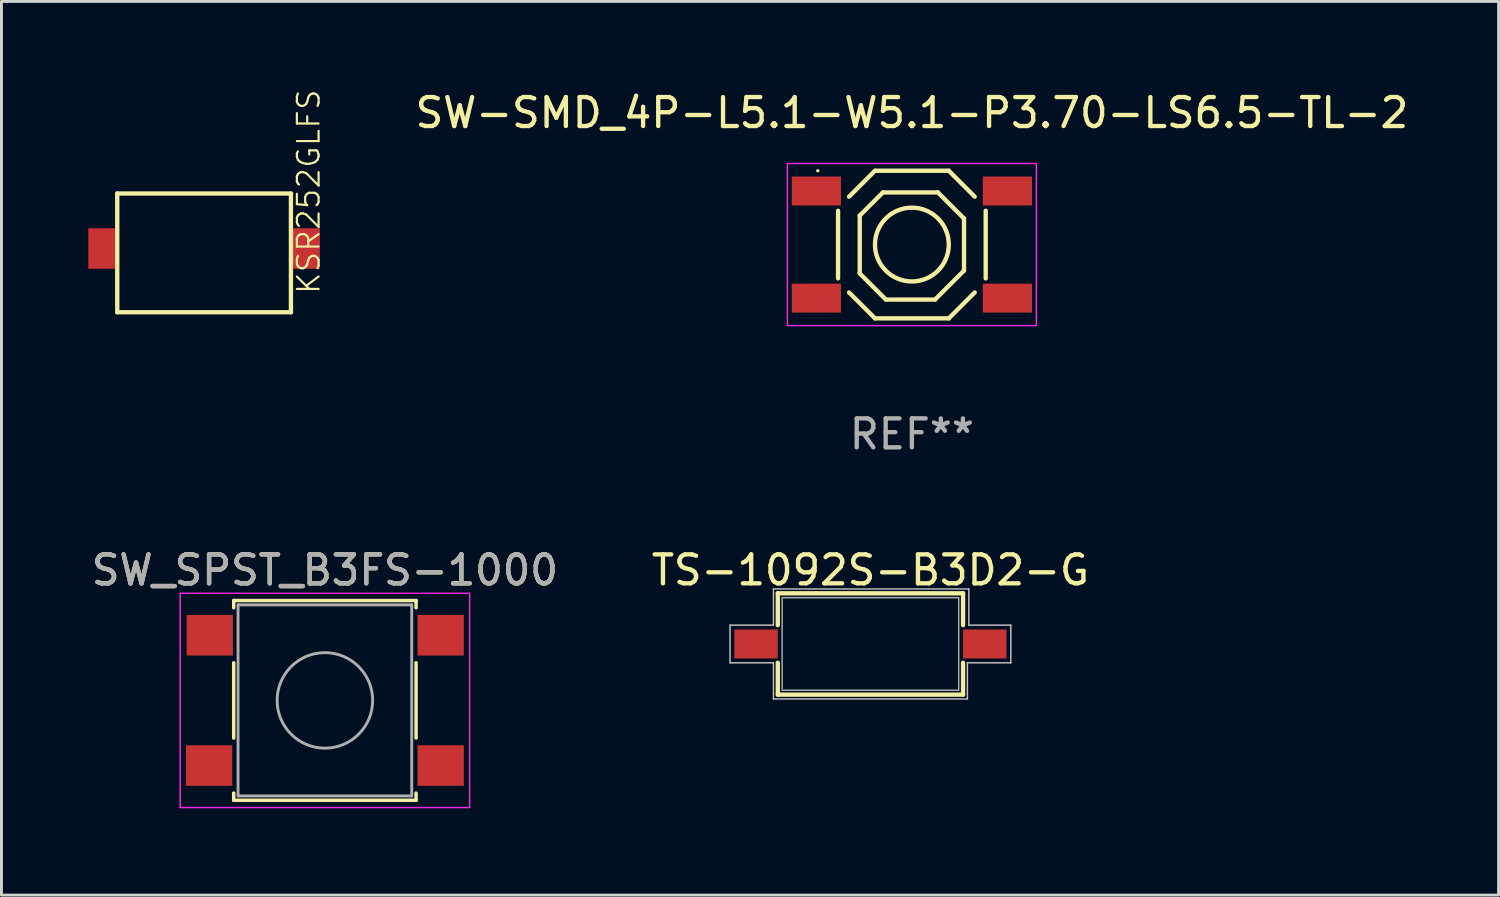
<source format=kicad_pcb>
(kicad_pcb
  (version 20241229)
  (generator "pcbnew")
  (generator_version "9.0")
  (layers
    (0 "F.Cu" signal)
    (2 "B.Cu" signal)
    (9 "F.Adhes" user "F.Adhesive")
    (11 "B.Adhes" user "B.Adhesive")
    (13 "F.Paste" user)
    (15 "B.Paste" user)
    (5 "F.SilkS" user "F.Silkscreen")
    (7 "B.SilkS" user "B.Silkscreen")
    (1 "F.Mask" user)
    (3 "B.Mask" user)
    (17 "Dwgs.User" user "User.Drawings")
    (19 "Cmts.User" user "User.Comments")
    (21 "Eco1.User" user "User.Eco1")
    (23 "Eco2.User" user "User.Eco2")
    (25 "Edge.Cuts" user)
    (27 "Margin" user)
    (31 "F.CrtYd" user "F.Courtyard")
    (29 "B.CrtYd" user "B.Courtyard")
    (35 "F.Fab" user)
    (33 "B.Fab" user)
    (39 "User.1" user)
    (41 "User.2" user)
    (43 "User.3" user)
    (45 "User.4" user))
  (footprint "SW_SPST_B3FS-1000"
    (layer "F.Cu")
    (at 8.173 21.145)
    (property "Reference" "SW_SPST_B3FS-1000" (at 0 -4.5 0) (layer "F.SilkS") (effects (font (size 1 1) (thickness 0.15))))
    (attr smd)
    (fp_line (start -3.15 -3.45) (end 3.15 -3.45) (stroke (width 0.12) (type solid)) (layer "F.SilkS"))
    (fp_line (start -3.15 -3.2) (end -3.15 -3.45) (stroke (width 0.12) (type solid)) (layer "F.SilkS"))
    (fp_line (start -3.15 1.3) (end -3.15 -1.3) (stroke (width 0.12) (type solid)) (layer "F.SilkS"))
    (fp_line (start -3.15 3.45) (end -3.15 3.2) (stroke (width 0.12) (type solid)) (layer "F.SilkS"))
    (fp_line (start 3.15 -3.45) (end 3.15 -3.2) (stroke (width 0.12) (type solid)) (layer "F.SilkS"))
    (fp_line (start 3.15 -1.3) (end 3.15 1.3) (stroke (width 0.12) (type solid)) (layer "F.SilkS"))
    (fp_line (start 3.15 3.2) (end 3.15 3.45) (stroke (width 0.12) (type solid)) (layer "F.SilkS"))
    (fp_line (start 3.15 3.45) (end -3.15 3.45) (stroke (width 0.12) (type solid)) (layer "F.SilkS"))
    (fp_line (start -5 -3.7) (end -5 3.7) (stroke (width 0.05) (type solid)) (layer "F.CrtYd"))
    (fp_line (start -5 3.7) (end 5 3.7) (stroke (width 0.05) (type solid)) (layer "F.CrtYd"))
    (fp_line (start 5 -3.7) (end -5 -3.7) (stroke (width 0.05) (type solid)) (layer "F.CrtYd"))
    (fp_line (start 5 3.7) (end 5 -3.7) (stroke (width 0.05) (type solid)) (layer "F.CrtYd"))
    (fp_line (start -3 -3.3) (end 3 -3.3) (stroke (width 0.1) (type solid)) (layer "F.Fab"))
    (fp_line (start -3 3.3) (end -3 -3.3) (stroke (width 0.1) (type solid)) (layer "F.Fab"))
    (fp_line (start 3 -3.3) (end 3 3.3) (stroke (width 0.1) (type solid)) (layer "F.Fab"))
    (fp_line (start 3 3.3) (end -3 3.3) (stroke (width 0.1) (type solid)) (layer "F.Fab"))
    (fp_circle (center 0 0) (end 1.65 0) (stroke (width 0.1) (type solid)) (fill no) (layer "F.Fab"))
    (fp_text user "${REFERENCE}" (at 0 -4.5 0) (layer "F.Fab") (effects (font (size 1 1) (thickness 0.15))))
    (pad "1" smd rect (at -3.975 -2.25) (size 1.6 1.4) (layers "F.Cu" "F.Mask" "F.Paste"))
    (pad "1" smd rect (at 4 -2.25) (size 1.6 1.4) (layers "F.Cu" "F.Mask" "F.Paste"))
    (pad "2" smd rect (at -4 2.25) (size 1.6 1.4) (layers "F.Cu" "F.Mask" "F.Paste"))
    (pad "2" smd rect (at 4 2.25) (size 1.6 1.4) (layers "F.Cu" "F.Mask" "F.Paste")))
  (footprint "KSR252GLFS"
    (layer "F.Cu")
    (at 4 5.535)
    (property "Reference" "KSR252GLFS" (at 3.612 -1.962 90) (layer "F.SilkS") (effects (font (size 0.75 0.75) (thickness 0.075))))
    (attr through_hole)
    (fp_line (start -3 -1.9) (end -3 2.2) (stroke (width 0.15) (type solid)) (layer "F.SilkS"))
    (fp_line (start -3 -1.9) (end 3 -1.9) (stroke (width 0.15) (type solid)) (layer "F.SilkS"))
    (fp_line (start -3 2.2) (end 3 2.2) (stroke (width 0.15) (type solid)) (layer "F.SilkS"))
    (fp_line (start 3 -1.9) (end 3 2.2) (stroke (width 0.15) (type solid)) (layer "F.SilkS"))
    (pad "1" smd rect (at -3.5 0) (size 1 1.4) (layers "F.Cu" "F.Mask" "F.Paste"))
    (pad "2" smd rect (at 3.5 0) (size 1 1.4) (layers "F.Cu" "F.Mask" "F.Paste")))
  (footprint "TS-1092S-B3D2-G"
    (layer "F.Cu")
    (at 27.018 19.195)
    (property "Reference" "TS-1092S-B3D2-G" (at 0 -2.55 0) (unlocked yes) (layer "F.SilkS") (effects (font (size 1 1) (thickness 0.15))))
    (attr smd)
    (fp_line (start -3.2 -1.75) (end 3.2 -1.75) (stroke (width 0.15) (type solid)) (layer "F.SilkS"))
    (fp_line (start -3.2 -0.65) (end -3.2 -1.75) (stroke (width 0.15) (type solid)) (layer "F.SilkS"))
    (fp_line (start -3.2 1.75) (end -3.2 0.65) (stroke (width 0.15) (type solid)) (layer "F.SilkS"))
    (fp_line (start 3.2 -1.75) (end 3.2 -0.65) (stroke (width 0.15) (type solid)) (layer "F.SilkS"))
    (fp_line (start 3.2 0.65) (end 3.2 1.75) (stroke (width 0.15) (type solid)) (layer "F.SilkS"))
    (fp_line (start 3.2 1.75) (end -3.2 1.75) (stroke (width 0.15) (type solid)) (layer "F.SilkS"))
    (fp_line (start -4.85 -0.65) (end -4.85 0.65) (stroke (width 0.05) (type solid)) (layer "Dwgs.User"))
    (fp_line (start -4.85 0.65) (end -3.35 0.65) (stroke (width 0.05) (type solid)) (layer "Dwgs.User"))
    (fp_line (start -3.35 -1.9) (end -3.35 -0.65) (stroke (width 0.05) (type solid)) (layer "Dwgs.User"))
    (fp_line (start -3.35 -0.65) (end -4.85 -0.65) (stroke (width 0.05) (type solid)) (layer "Dwgs.User"))
    (fp_line (start -3.35 0.65) (end -3.35 1.9) (stroke (width 0.05) (type solid)) (layer "Dwgs.User"))
    (fp_line (start -3.35 1.9) (end 3.35 1.9) (stroke (width 0.05) (type solid)) (layer "Dwgs.User"))
    (fp_line (start 3.35 0.65) (end 4.85 0.65) (stroke (width 0.05) (type solid)) (layer "Dwgs.User"))
    (fp_line (start 3.35 1.9) (end 3.35 0.65) (stroke (width 0.05) (type solid)) (layer "Dwgs.User"))
    (fp_line (start 3.4 -1.9) (end -3.35 -1.9) (stroke (width 0.05) (type solid)) (layer "Dwgs.User"))
    (fp_line (start 3.4 -0.65) (end 3.4 -1.9) (stroke (width 0.05) (type solid)) (layer "Dwgs.User"))
    (fp_line (start 4.85 -0.65) (end 3.4 -0.65) (stroke (width 0.05) (type solid)) (layer "Dwgs.User"))
    (fp_line (start 4.85 0.65) (end 4.85 -0.65) (stroke (width 0.05) (type solid)) (layer "Dwgs.User"))
    (fp_rect (start -3.05 -1.6) (end 3.05 1.6) (stroke (width 0.05) (type solid)) (fill no) (layer "F.Fab"))
    (pad "1" smd rect (at -3.95 0) (size 1.5 1) (layers "F.Cu" "F.Mask" "F.Paste"))
    (pad "2" smd rect (at 3.95 0) (size 1.5 1) (layers "F.Cu" "F.Mask" "F.Paste")))
  (footprint "SW-SMD_4P-L5.1-W5.1-P3.70-LS6.5-TL-2"
    (layer "F.Cu")
    (at 28.45 5.398)
    (property "Reference" "SW-SMD_4P-L5.1-W5.1-P3.70-LS6.5-TL-2" (at 0 -4.55 0) (layer "F.SilkS") (effects (font (size 1 1) (thickness 0.15))))
    (attr through_hole)
    (fp_line (start -2.55 -1.168) (end -2.55 1.168) (stroke (width 0.15) (type solid)) (layer "F.SilkS"))
    (fp_line (start -2.17 1.655) (end -1.275 2.55) (stroke (width 0.15) (type solid)) (layer "F.SilkS"))
    (fp_line (start -1.801 -1.001) (end -1.001 -1.801) (stroke (width 0.15) (type solid)) (layer "F.SilkS"))
    (fp_line (start -1.801 0.998) (end -1.801 -1.001) (stroke (width 0.15) (type solid)) (layer "F.SilkS"))
    (fp_line (start -1.275 -2.55) (end -2.17 -1.655) (stroke (width 0.15) (type solid)) (layer "F.SilkS"))
    (fp_line (start -1.275 -2.55) (end 1.275 -2.55) (stroke (width 0.15) (type solid)) (layer "F.SilkS"))
    (fp_line (start -1.275 2.55) (end 1.275 2.55) (stroke (width 0.15) (type solid)) (layer "F.SilkS"))
    (fp_line (start -1.001 -1.801) (end 0.899 -1.801) (stroke (width 0.15) (type solid)) (layer "F.SilkS"))
    (fp_line (start -0.899 1.9) (end -1.801 0.998) (stroke (width 0.15) (type solid)) (layer "F.SilkS"))
    (fp_line (start 0.8 1.9) (end -0.899 1.9) (stroke (width 0.15) (type solid)) (layer "F.SilkS"))
    (fp_line (start 0.899 -1.801) (end 1.801 -0.899) (stroke (width 0.15) (type solid)) (layer "F.SilkS"))
    (fp_line (start 1.275 -2.55) (end 2.17 -1.655) (stroke (width 0.15) (type solid)) (layer "F.SilkS"))
    (fp_line (start 1.801 -0.899) (end 1.801 0.899) (stroke (width 0.15) (type solid)) (layer "F.SilkS"))
    (fp_line (start 1.801 0.899) (end 0.8 1.9) (stroke (width 0.15) (type solid)) (layer "F.SilkS"))
    (fp_line (start 2.17 1.655) (end 1.275 2.55) (stroke (width 0.15) (type solid)) (layer "F.SilkS"))
    (fp_line (start 2.55 -1.168) (end 2.55 1.168) (stroke (width 0.15) (type solid)) (layer "F.SilkS"))
    (fp_circle (center -3.25 -2.55) (end -3.22 -2.55) (stroke (width 0.06) (type solid)) (fill no) (layer "F.SilkS"))
    (fp_circle (center 0 0) (end 1.275 0) (stroke (width 0.15) (type solid)) (fill no) (layer "F.SilkS"))
    (fp_rect (start -4.3 -2.8) (end 4.3 2.8) (stroke (width 0.05) (type solid)) (fill no) (layer "F.CrtYd"))
    (fp_text user "REF**" (at 0 6.55 0) (layer "F.Fab") (effects (font (size 1 1) (thickness 0.15))))
    (pad "1" smd rect (at -3.3 -1.85) (size 1.7 1) (layers "F.Cu" "F.Mask" "F.Paste"))
    (pad "1" smd rect (at 3.3 -1.85) (size 1.7 1) (layers "F.Cu" "F.Mask" "F.Paste"))
    (pad "2" smd rect (at -3.3 1.85) (size 1.7 1) (layers "F.Cu" "F.Mask" "F.Paste"))
    (pad "2" smd rect (at 3.3 1.85) (size 1.7 1) (layers "F.Cu" "F.Mask" "F.Paste")))
  (gr_rect
    (start -3 -3)
    (end 48.718 27.87)
    (stroke (width 0.1) (type default))
    (fill no)
    (layer "Edge.Cuts")))
</source>
